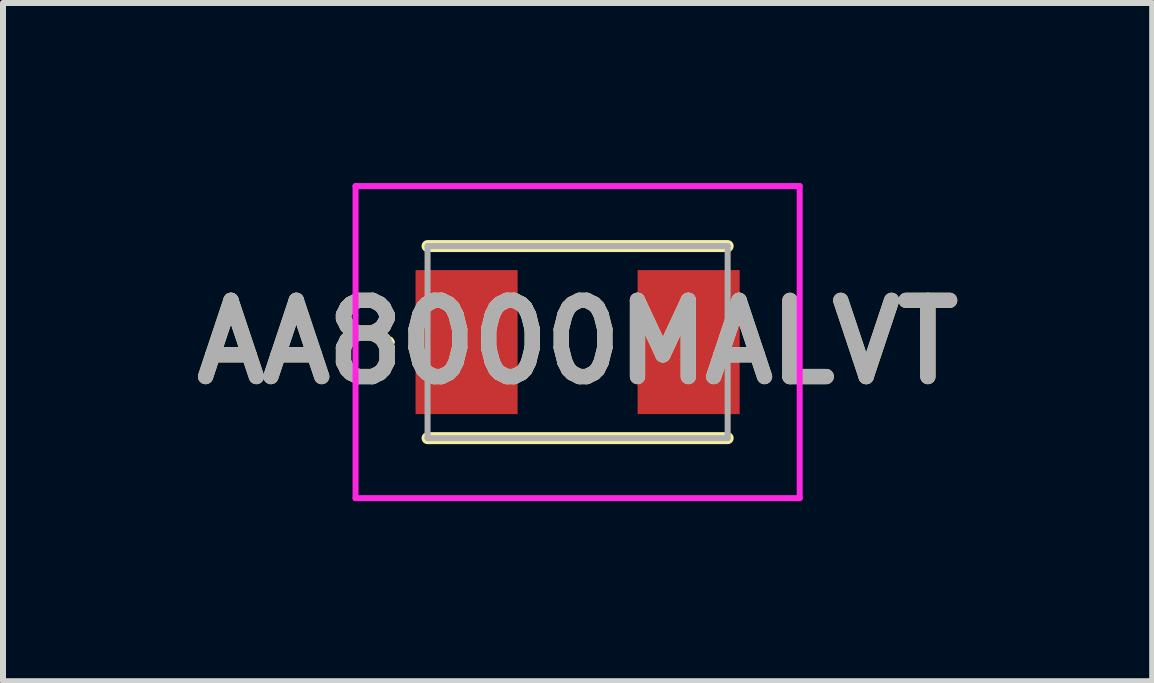
<source format=kicad_pcb>
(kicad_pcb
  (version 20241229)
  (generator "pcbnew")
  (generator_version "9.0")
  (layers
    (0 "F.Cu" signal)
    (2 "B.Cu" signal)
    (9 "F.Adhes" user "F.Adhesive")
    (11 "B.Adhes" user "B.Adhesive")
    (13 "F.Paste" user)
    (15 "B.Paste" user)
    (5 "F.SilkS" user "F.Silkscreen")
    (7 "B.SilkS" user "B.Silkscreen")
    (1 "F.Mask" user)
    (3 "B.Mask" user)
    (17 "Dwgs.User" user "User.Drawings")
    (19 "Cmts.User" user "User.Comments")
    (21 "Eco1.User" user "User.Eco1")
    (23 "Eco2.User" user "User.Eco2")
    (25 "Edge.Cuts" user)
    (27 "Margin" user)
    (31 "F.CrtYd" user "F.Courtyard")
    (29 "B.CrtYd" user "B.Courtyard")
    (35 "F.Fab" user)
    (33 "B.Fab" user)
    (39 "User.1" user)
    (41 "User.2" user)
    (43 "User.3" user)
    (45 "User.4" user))
  (footprint "AA8000MALVT"
    (layer "F.Cu")
    (at 6.574 2.65)
    (property "Reference" "AA8000MALVT" (at 0 0 0) (layer "F.SilkS") (effects (font (size 1.27 1.27) (thickness 0.254))))
    (attr smd)
    (fp_line (start -3.2 0) (end -3.2 0) (stroke (width 0.1) (type solid)) (layer "F.SilkS"))
    (fp_line (start -3.1 0) (end -3.1 0) (stroke (width 0.1) (type solid)) (layer "F.SilkS"))
    (fp_line (start -2.5 -1.6) (end 2.5 -1.6) (stroke (width 0.2) (type solid)) (layer "F.SilkS"))
    (fp_line (start -2.5 1.6) (end 2.5 1.6) (stroke (width 0.2) (type solid)) (layer "F.SilkS"))
    (fp_arc (start -3.2 0) (mid -3.15 -0.05) (end -3.1 0) (stroke (width 0.1) (type solid)) (layer "F.SilkS"))
    (fp_arc (start -3.1 0) (mid -3.15 0.05) (end -3.2 0) (stroke (width 0.1) (type solid)) (layer "F.SilkS"))
    (fp_line (start -3.7 -2.6) (end 3.7 -2.6) (stroke (width 0.1) (type solid)) (layer "F.CrtYd"))
    (fp_line (start -3.7 2.6) (end -3.7 -2.6) (stroke (width 0.1) (type solid)) (layer "F.CrtYd"))
    (fp_line (start 3.7 -2.6) (end 3.7 2.6) (stroke (width 0.1) (type solid)) (layer "F.CrtYd"))
    (fp_line (start 3.7 2.6) (end -3.7 2.6) (stroke (width 0.1) (type solid)) (layer "F.CrtYd"))
    (fp_line (start -2.5 -1.6) (end 2.5 -1.6) (stroke (width 0.1) (type solid)) (layer "F.Fab"))
    (fp_line (start -2.5 1.6) (end -2.5 -1.6) (stroke (width 0.1) (type solid)) (layer "F.Fab"))
    (fp_line (start 2.5 -1.6) (end 2.5 1.6) (stroke (width 0.1) (type solid)) (layer "F.Fab"))
    (fp_line (start 2.5 1.6) (end -2.5 1.6) (stroke (width 0.1) (type solid)) (layer "F.Fab"))
    (fp_text user "${REFERENCE}" (at 0 0 0) (layer "F.Fab") (effects (font (size 1.27 1.27) (thickness 0.254))))
    (pad "1" smd rect (at -1.85 0) (size 1.7 2.4) (layers "F.Cu" "F.Mask" "F.Paste"))
    (pad "2" smd rect (at 1.85 0) (size 1.7 2.4) (layers "F.Cu" "F.Mask" "F.Paste")))
  (gr_rect
    (start -3 -3)
    (end 16.148 8.3)
    (stroke (width 0.1) (type default))
    (fill no)
    (layer "Edge.Cuts")))
</source>
